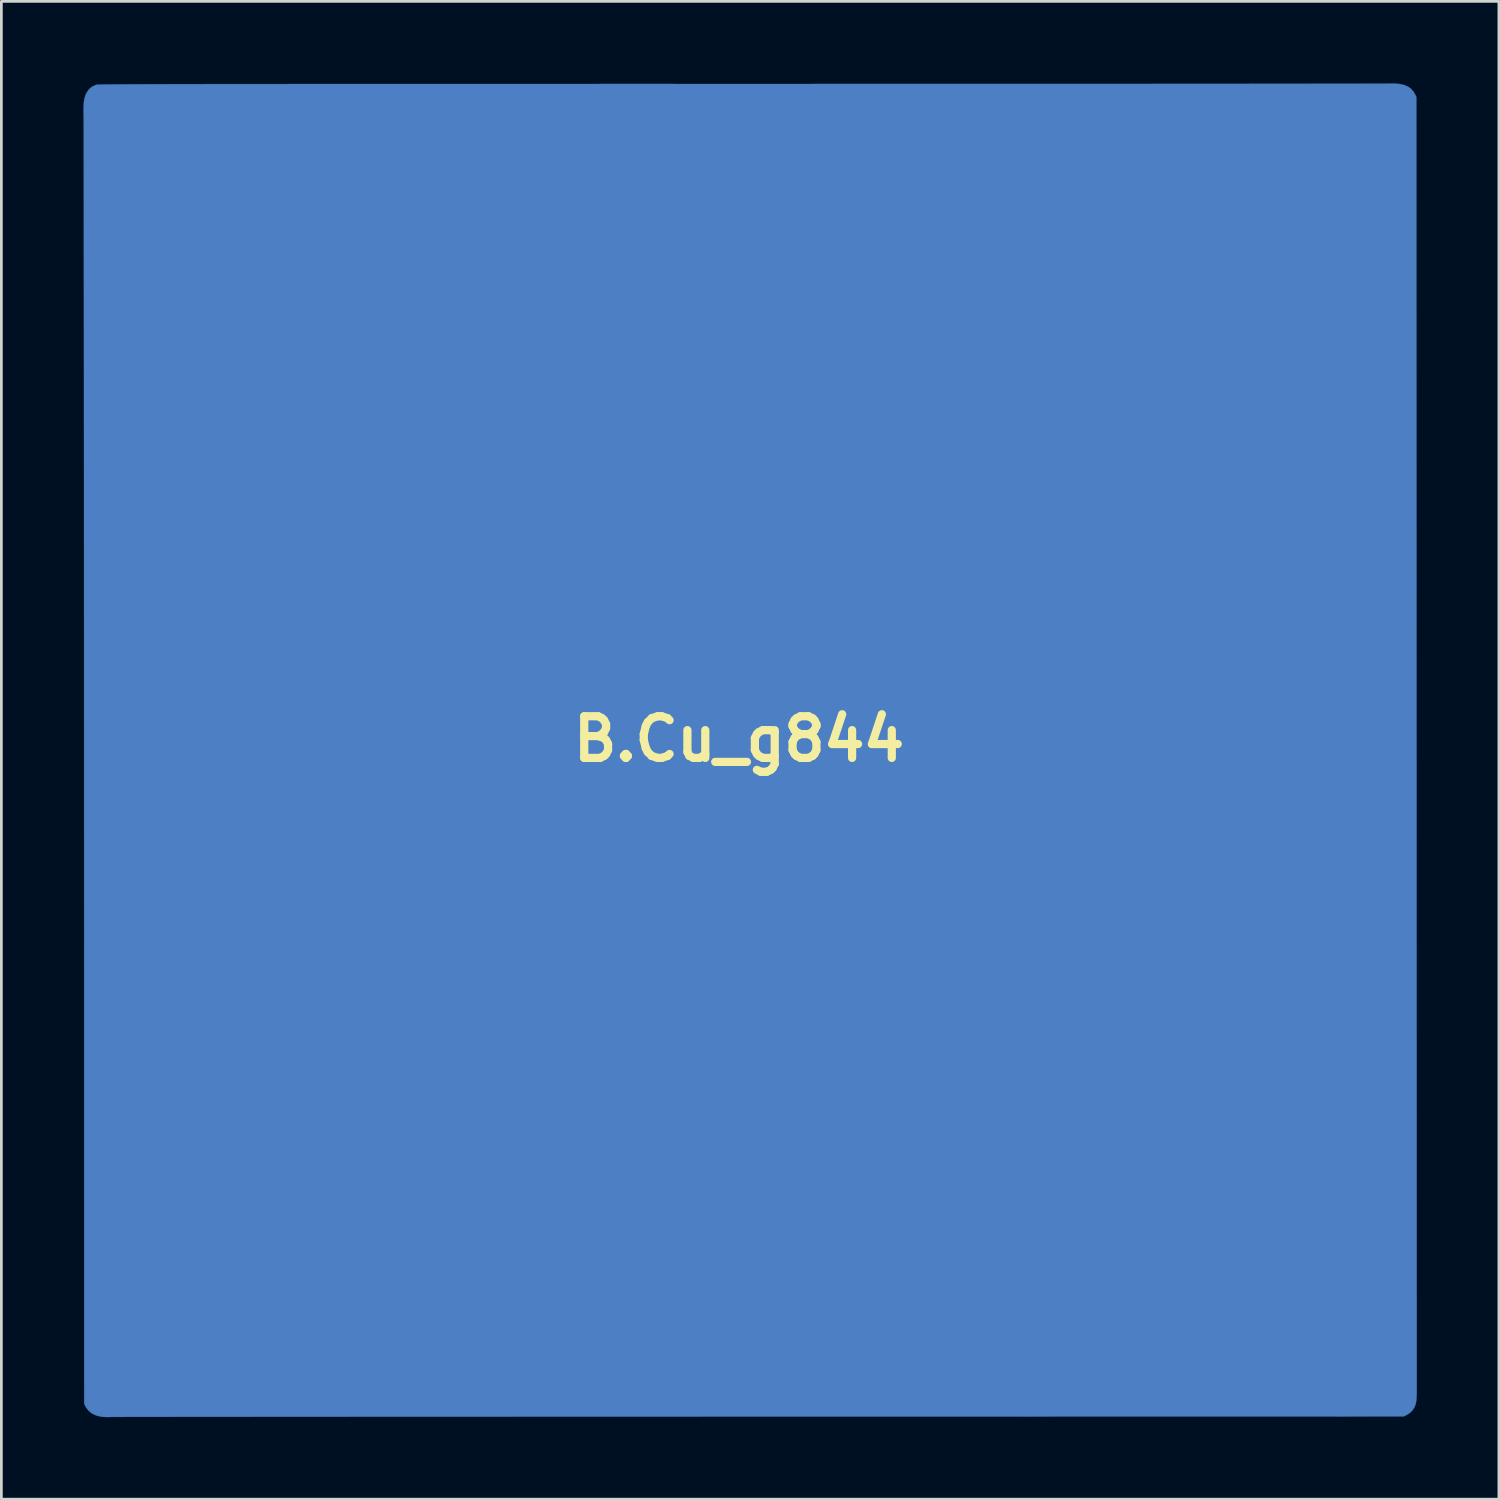
<source format=kicad_pcb>
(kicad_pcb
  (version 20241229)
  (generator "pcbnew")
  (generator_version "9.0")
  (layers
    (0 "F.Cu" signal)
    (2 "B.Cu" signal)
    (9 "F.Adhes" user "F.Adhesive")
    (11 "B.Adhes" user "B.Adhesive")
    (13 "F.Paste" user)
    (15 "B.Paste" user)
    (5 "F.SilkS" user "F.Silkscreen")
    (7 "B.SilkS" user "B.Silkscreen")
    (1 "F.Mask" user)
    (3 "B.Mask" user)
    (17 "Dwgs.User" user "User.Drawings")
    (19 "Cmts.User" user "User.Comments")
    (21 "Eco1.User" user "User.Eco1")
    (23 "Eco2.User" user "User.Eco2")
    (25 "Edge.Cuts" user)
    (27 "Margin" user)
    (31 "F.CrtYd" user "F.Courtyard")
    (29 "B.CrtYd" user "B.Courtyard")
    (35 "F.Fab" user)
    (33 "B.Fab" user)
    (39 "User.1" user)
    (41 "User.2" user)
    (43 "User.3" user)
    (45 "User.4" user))
  (footprint "B.Cu_g844"
    (layer "F.Cu")
    (at 23.98 23.982)
    (property "Reference" "B.Cu_g844" (at 0 0 0) (layer "F.SilkS") (effects (font (size 1.524 1.524) (thickness 0.3))))
    (attr through_hole)
    (fp_poly (pts (xy 24.158 -23.96) (xy 24.328 -23.923) (xy 24.468 -23.863) (xy 24.582 -23.781) (xy 24.673 -23.674) (xy 24.726 -23.583) (xy 24.775 -23.484) (xy 24.781 0) (xy 24.782 0.998) (xy 24.782 1.987) (xy 24.782 2.965) (xy 24.783 3.931) (xy 24.783 4.886) (xy 24.783 5.827) (xy 24.783 6.754) (xy 24.784 7.666) (xy 24.784 8.563) (xy 24.784 9.443) (xy 24.784 10.305) (xy 24.785 11.149) (xy 24.785 11.974) (xy 24.785 12.778) (xy 24.785 13.562) (xy 24.786 14.324) (xy 24.786 15.063) (xy 24.786 15.778) (xy 24.786 16.47) (xy 24.787 17.135) (xy 24.787 17.775) (xy 24.787 18.388) (xy 24.787 18.972) (xy 24.787 19.528) (xy 24.787 20.055) (xy 24.788 20.551) (xy 24.788 21.015) (xy 24.788 21.447) (xy 24.788 21.846) (xy 24.788 22.211) (xy 24.788 22.542) (xy 24.788 22.836) (xy 24.789 23.094) (xy 24.789 23.315) (xy 24.789 23.497) (xy 24.789 23.64) (xy 24.789 23.743) (xy 24.789 23.805) (xy 24.789 23.823) (xy 24.787 23.994) (xy 24.78 24.131) (xy 24.766 24.242) (xy 24.745 24.334) (xy 24.716 24.415) (xy 24.698 24.452) (xy 24.62 24.566) (xy 24.51 24.665) (xy 24.414 24.724) (xy 24.31 24.775) (xy 0.836 24.78) (xy -0.162 24.78) (xy -1.15 24.78) (xy -2.127 24.781) (xy -3.092 24.781) (xy -4.046 24.781) (xy -4.986 24.781) (xy -5.912 24.782) (xy -6.823 24.782) (xy -7.718 24.782) (xy -8.596 24.783) (xy -9.457 24.783) (xy -10.299 24.783) (xy -11.122 24.784) (xy -11.925 24.784) (xy -12.707 24.784) (xy -13.467 24.785) (xy -14.204 24.785) (xy -14.918 24.786) (xy -15.607 24.786) (xy -16.271 24.786) (xy -16.908 24.787) (xy -17.519 24.787) (xy -18.101 24.788) (xy -18.655 24.788) (xy -19.179 24.789) (xy -19.672 24.789) (xy -20.134 24.789) (xy -20.564 24.79) (xy -20.961 24.79) (xy -21.323 24.791) (xy -21.651 24.791) (xy -21.943 24.792) (xy -22.199 24.792) (xy -22.417 24.792) (xy -22.596 24.793) (xy -22.737 24.793) (xy -22.837 24.794) (xy -22.897 24.794) (xy -22.913 24.794) (xy -23.031 24.796) (xy -23.146 24.796) (xy -23.246 24.792) (xy -23.315 24.786) (xy -23.503 24.743) (xy -23.661 24.671) (xy -23.788 24.57) (xy -23.885 24.44) (xy -23.902 24.408) (xy -23.95 24.31) (xy -23.954 0.91) (xy -23.954 -0.086) (xy -23.955 -1.073) (xy -23.955 -2.049) (xy -23.955 -3.014) (xy -23.955 -3.966) (xy -23.956 -4.905) (xy -23.956 -5.83) (xy -23.956 -6.741) (xy -23.957 -7.635) (xy -23.957 -8.513) (xy -23.957 -9.373) (xy -23.958 -10.215) (xy -23.958 -11.038) (xy -23.959 -11.84) (xy -23.959 -12.621) (xy -23.959 -13.381) (xy -23.96 -14.118) (xy -23.96 -14.831) (xy -23.961 -15.52) (xy -23.961 -16.183) (xy -23.962 -16.821) (xy -23.962 -17.431) (xy -23.963 -18.013) (xy -23.963 -18.567) (xy -23.964 -19.09) (xy -23.964 -19.583) (xy -23.965 -20.045) (xy -23.965 -20.475) (xy -23.966 -20.871) (xy -23.966 -21.233) (xy -23.967 -21.561) (xy -23.967 -21.852) (xy -23.968 -22.107) (xy -23.968 -22.325) (xy -23.969 -22.504) (xy -23.969 -22.644) (xy -23.97 -22.744) (xy -23.97 -22.803) (xy -23.971 -22.818) (xy -23.975 -23.023) (xy -23.971 -23.194) (xy -23.957 -23.336) (xy -23.933 -23.457) (xy -23.898 -23.563) (xy -23.871 -23.622) (xy -23.785 -23.755) (xy -23.675 -23.853) (xy -23.539 -23.919) (xy -23.511 -23.929) (xy -23.502 -23.93) (xy -23.488 -23.932) (xy -23.466 -23.933) (xy -23.437 -23.935) (xy -23.4 -23.936) (xy -23.354 -23.938) (xy -23.299 -23.939) (xy -23.232 -23.94) (xy -23.155 -23.942) (xy -23.066 -23.943) (xy -22.965 -23.944) (xy -22.85 -23.945) (xy -22.721 -23.946) (xy -22.577 -23.947) (xy -22.418 -23.948) (xy -22.243 -23.949) (xy -22.051 -23.95) (xy -21.842 -23.951) (xy -21.614 -23.951) (xy -21.367 -23.952) (xy -21.1 -23.953) (xy -20.813 -23.954) (xy -20.504 -23.954) (xy -20.174 -23.955) (xy -19.821 -23.955) (xy -19.444 -23.956) (xy -19.044 -23.956) (xy -18.618 -23.957) (xy -18.167 -23.957) (xy -17.69 -23.958) (xy -17.186 -23.958) (xy -16.654 -23.958) (xy -16.094 -23.959) (xy -15.505 -23.959) (xy -14.885 -23.959) (xy -14.236 -23.959) (xy -13.554 -23.96) (xy -12.841 -23.96) (xy -12.095 -23.96) (xy -11.316 -23.96) (xy -10.502 -23.96) (xy -9.654 -23.96) (xy -8.769 -23.96) (xy -7.849 -23.96) (xy -6.891 -23.96) (xy -5.896 -23.96) (xy -4.862 -23.961) (xy -3.789 -23.961) (xy -2.676 -23.961) (xy -1.522 -23.96) (xy -0.326 -23.96) (xy 0.013 -23.96) (xy 1.01 -23.96) (xy 1.996 -23.96) (xy 2.973 -23.961) (xy 3.937 -23.961) (xy 4.889 -23.961) (xy 5.828 -23.961) (xy 6.753 -23.961) (xy 7.663 -23.961) (xy 8.558 -23.961) (xy 9.435 -23.961) (xy 10.295 -23.962) (xy 11.136 -23.962) (xy 11.958 -23.962) (xy 12.76 -23.962) (xy 13.541 -23.963) (xy 14.3 -23.963) (xy 15.037 -23.963) (xy 15.749 -23.964) (xy 16.438 -23.964) (xy 17.1 -23.964) (xy 17.737 -23.965) (xy 18.346 -23.965) (xy 18.928 -23.966) (xy 19.481 -23.966) (xy 20.004 -23.967) (xy 20.496 -23.967) (xy 20.957 -23.968) (xy 21.386 -23.968) (xy 21.781 -23.969) (xy 22.143 -23.969) (xy 22.469 -23.97) (xy 22.76 -23.97) (xy 23.015 -23.971) (xy 23.231 -23.971) (xy 23.41 -23.972) (xy 23.549 -23.972) (xy 23.648 -23.973) (xy 23.706 -23.974) (xy 23.721 -23.974) (xy 23.957 -23.977) (xy 24.158 -23.96)) (stroke (width 0.01) (type solid)) (fill yes) (layer "B.Cu")))
  (gr_rect
    (start -3 -3)
    (end 51.774 51.783)
    (stroke (width 0.1) (type default))
    (fill no)
    (layer "Edge.Cuts")))
</source>
